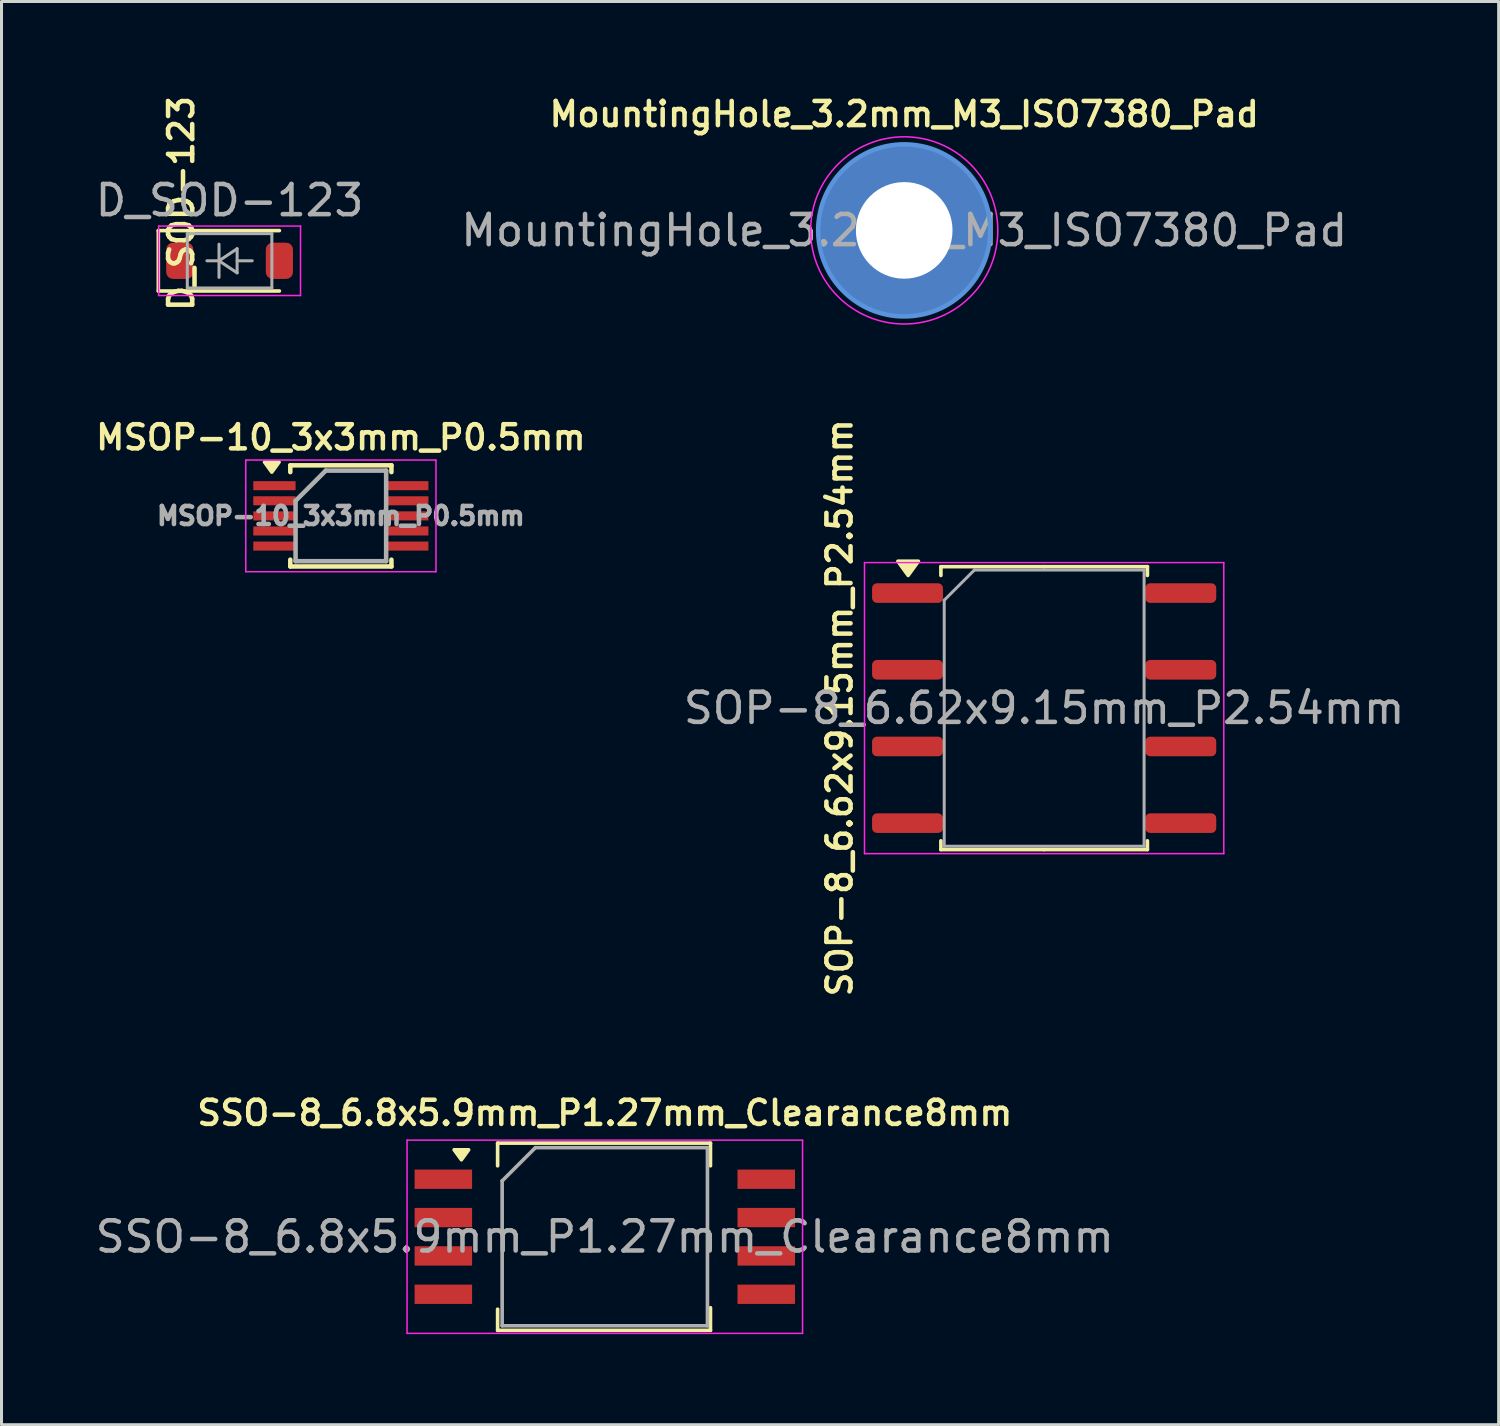
<source format=kicad_pcb>
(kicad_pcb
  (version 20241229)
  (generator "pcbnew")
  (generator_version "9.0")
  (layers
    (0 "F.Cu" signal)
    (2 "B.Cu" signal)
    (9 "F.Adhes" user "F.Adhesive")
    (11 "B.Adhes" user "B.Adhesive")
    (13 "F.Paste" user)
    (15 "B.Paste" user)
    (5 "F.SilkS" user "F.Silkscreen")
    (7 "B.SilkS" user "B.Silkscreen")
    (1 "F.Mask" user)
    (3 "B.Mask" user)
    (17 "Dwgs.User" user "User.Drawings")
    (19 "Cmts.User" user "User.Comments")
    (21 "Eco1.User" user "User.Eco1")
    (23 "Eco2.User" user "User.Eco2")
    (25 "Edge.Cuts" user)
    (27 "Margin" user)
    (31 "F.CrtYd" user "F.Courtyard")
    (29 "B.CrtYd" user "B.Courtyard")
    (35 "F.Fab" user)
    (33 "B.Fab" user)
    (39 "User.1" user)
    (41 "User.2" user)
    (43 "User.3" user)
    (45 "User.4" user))
  (footprint "SSO-8_6.8x5.9mm_P1.27mm_Clearance8mm"
    (layer "F.Cu")
    (at 16.982 37.913)
    (property "Reference" "SSO-8_6.8x5.9mm_P1.27mm_Clearance8mm" (at 0 -4.1 0) (layer "F.SilkS") (effects (font (size 0.8 0.8) (thickness 0.15))))
    (attr smd)
    (fp_line (start -3.55 -2.35) (end -3.55 -3.1) (stroke (width 0.12) (type solid)) (layer "F.SilkS"))
    (fp_line (start -3.55 2.4) (end -3.55 3.1) (stroke (width 0.12) (type solid)) (layer "F.SilkS"))
    (fp_line (start -3.55 3.1) (end 3.5 3.1) (stroke (width 0.12) (type solid)) (layer "F.SilkS"))
    (fp_line (start 3.5 -3.1) (end -3.55 -3.1) (stroke (width 0.12) (type solid)) (layer "F.SilkS"))
    (fp_line (start 3.5 -2.35) (end 3.5 -3.1) (stroke (width 0.12) (type solid)) (layer "F.SilkS"))
    (fp_line (start 3.5 3.1) (end 3.5 2.35) (stroke (width 0.12) (type solid)) (layer "F.SilkS"))
    (fp_poly (pts (xy -4.75 -2.55) (xy -4.99 -2.88) (xy -4.51 -2.88) (xy -4.75 -2.55)) (stroke (width 0.12) (type solid)) (fill yes) (layer "F.SilkS"))
    (fp_line (start -6.55 -3.2) (end -6.55 3.2) (stroke (width 0.05) (type solid)) (layer "F.CrtYd"))
    (fp_line (start -6.55 -3.2) (end 6.55 -3.2) (stroke (width 0.05) (type solid)) (layer "F.CrtYd"))
    (fp_line (start 6.55 3.2) (end -6.55 3.2) (stroke (width 0.05) (type solid)) (layer "F.CrtYd"))
    (fp_line (start 6.55 3.2) (end 6.55 -3.2) (stroke (width 0.05) (type solid)) (layer "F.CrtYd"))
    (fp_line (start -3.4 -1.85) (end -3.4 2.95) (stroke (width 0.12) (type solid)) (layer "F.Fab"))
    (fp_line (start -3.4 2.95) (end 3.4 2.95) (stroke (width 0.12) (type solid)) (layer "F.Fab"))
    (fp_line (start -2.3 -2.95) (end -3.4 -1.85) (stroke (width 0.12) (type solid)) (layer "F.Fab"))
    (fp_line (start 3.4 -2.95) (end -2.3 -2.95) (stroke (width 0.12) (type solid)) (layer "F.Fab"))
    (fp_line (start 3.4 2.95) (end 3.4 -2.95) (stroke (width 0.12) (type solid)) (layer "F.Fab"))
    (fp_text user "${REFERENCE}" (at 0 0 0) (layer "F.Fab") (effects (font (size 1 1) (thickness 0.15))))
    (pad "1" smd rect (at -5.348 -1.905) (size 1.905 0.64) (layers "F.Cu" "F.Mask" "F.Paste"))
    (pad "2" smd rect (at -5.348 -0.635) (size 1.905 0.64) (layers "F.Cu" "F.Mask" "F.Paste"))
    (pad "3" smd rect (at -5.348 0.635) (size 1.905 0.64) (layers "F.Cu" "F.Mask" "F.Paste"))
    (pad "4" smd rect (at -5.348 1.905) (size 1.905 0.64) (layers "F.Cu" "F.Mask" "F.Paste"))
    (pad "5" smd rect (at 5.348 1.905) (size 1.905 0.64) (layers "F.Cu" "F.Mask" "F.Paste"))
    (pad "6" smd rect (at 5.348 0.635) (size 1.905 0.64) (layers "F.Cu" "F.Mask" "F.Paste"))
    (pad "7" smd rect (at 5.348 -0.635) (size 1.905 0.64) (layers "F.Cu" "F.Mask" "F.Paste"))
    (pad "8" smd rect (at 5.348 -1.905) (size 1.905 0.64) (layers "F.Cu" "F.Mask" "F.Paste")))
  (footprint "MSOP-10_3x3mm_P0.5mm"
    (layer "F.Cu")
    (at 8.24 14.037)
    (property "Reference" "MSOP-10_3x3mm_P0.5mm" (at 0 -2.6 0) (layer "F.SilkS") (effects (font (size 0.8 0.8) (thickness 0.15))))
    (attr smd)
    (fp_line (start -1.675 -1.675) (end -1.675 -1.45) (stroke (width 0.15) (type solid)) (layer "F.SilkS"))
    (fp_line (start -1.675 -1.675) (end 1.675 -1.675) (stroke (width 0.15) (type solid)) (layer "F.SilkS"))
    (fp_line (start -1.675 1.45) (end -1.675 1.675) (stroke (width 0.15) (type solid)) (layer "F.SilkS"))
    (fp_line (start -1.675 1.675) (end 1.675 1.675) (stroke (width 0.15) (type solid)) (layer "F.SilkS"))
    (fp_line (start 1.675 -1.675) (end 1.675 -1.45) (stroke (width 0.15) (type solid)) (layer "F.SilkS"))
    (fp_line (start 1.675 1.675) (end 1.675 1.45) (stroke (width 0.15) (type solid)) (layer "F.SilkS"))
    (fp_poly (pts (xy -2.288 -1.45) (xy -2.527 -1.78) (xy -2.047 -1.78) (xy -2.288 -1.45)) (stroke (width 0.12) (type solid)) (fill yes) (layer "F.SilkS"))
    (fp_line (start -3.15 -1.85) (end -3.15 1.85) (stroke (width 0.05) (type solid)) (layer "F.CrtYd"))
    (fp_line (start -3.15 -1.85) (end 3.15 -1.85) (stroke (width 0.05) (type solid)) (layer "F.CrtYd"))
    (fp_line (start -3.15 1.85) (end 3.15 1.85) (stroke (width 0.05) (type solid)) (layer "F.CrtYd"))
    (fp_line (start 3.15 -1.85) (end 3.15 1.85) (stroke (width 0.05) (type solid)) (layer "F.CrtYd"))
    (fp_line (start -1.5 -0.5) (end -0.5 -1.5) (stroke (width 0.15) (type solid)) (layer "F.Fab"))
    (fp_line (start -1.5 1.5) (end -1.5 -0.5) (stroke (width 0.15) (type solid)) (layer "F.Fab"))
    (fp_line (start -0.5 -1.5) (end 1.5 -1.5) (stroke (width 0.15) (type solid)) (layer "F.Fab"))
    (fp_line (start 1.5 -1.5) (end 1.5 1.5) (stroke (width 0.15) (type solid)) (layer "F.Fab"))
    (fp_line (start 1.5 1.5) (end -1.5 1.5) (stroke (width 0.15) (type solid)) (layer "F.Fab"))
    (fp_text user "${REFERENCE}" (at 0 0 0) (layer "F.Fab") (effects (font (size 0.6 0.6) (thickness 0.15))))
    (pad "1" smd rect (at -2.2 -1) (size 1.4 0.3) (layers "F.Cu" "F.Mask" "F.Paste"))
    (pad "2" smd rect (at -2.2 -0.5) (size 1.4 0.3) (layers "F.Cu" "F.Mask" "F.Paste"))
    (pad "3" smd rect (at -2.2 0) (size 1.4 0.3) (layers "F.Cu" "F.Mask" "F.Paste"))
    (pad "4" smd rect (at -2.2 0.5) (size 1.4 0.3) (layers "F.Cu" "F.Mask" "F.Paste"))
    (pad "5" smd rect (at -2.2 1) (size 1.4 0.3) (layers "F.Cu" "F.Mask" "F.Paste"))
    (pad "6" smd rect (at 2.2 1) (size 1.4 0.3) (layers "F.Cu" "F.Mask" "F.Paste"))
    (pad "7" smd rect (at 2.2 0.5) (size 1.4 0.3) (layers "F.Cu" "F.Mask" "F.Paste"))
    (pad "8" smd rect (at 2.2 0) (size 1.4 0.3) (layers "F.Cu" "F.Mask" "F.Paste"))
    (pad "9" smd rect (at 2.2 -0.5) (size 1.4 0.3) (layers "F.Cu" "F.Mask" "F.Paste"))
    (pad "10" smd rect (at 2.2 -1) (size 1.4 0.3) (layers "F.Cu" "F.Mask" "F.Paste")))
  (footprint "SOP-8_6.62x9.15mm_P2.54mm"
    (layer "F.Cu")
    (at 31.534 20.404)
    (property "Reference" "SOP-8_6.62x9.15mm_P2.54mm" (at -6.775 -0.01 90) (layer "F.SilkS") (effects (font (size 0.8 0.8) (thickness 0.15))))
    (attr smd)
    (fp_line (start -3.42 -4.685) (end -3.42 -4.395) (stroke (width 0.12) (type solid)) (layer "F.SilkS"))
    (fp_line (start -3.42 4.685) (end -3.42 4.395) (stroke (width 0.12) (type solid)) (layer "F.SilkS"))
    (fp_line (start 0 -4.685) (end -3.42 -4.685) (stroke (width 0.12) (type solid)) (layer "F.SilkS"))
    (fp_line (start 0 -4.685) (end 3.42 -4.685) (stroke (width 0.12) (type solid)) (layer "F.SilkS"))
    (fp_line (start 0 4.685) (end -3.42 4.685) (stroke (width 0.12) (type solid)) (layer "F.SilkS"))
    (fp_line (start 0 4.685) (end 3.42 4.685) (stroke (width 0.12) (type solid)) (layer "F.SilkS"))
    (fp_line (start 3.42 -4.685) (end 3.42 -4.395) (stroke (width 0.12) (type solid)) (layer "F.SilkS"))
    (fp_line (start 3.42 4.685) (end 3.42 4.395) (stroke (width 0.12) (type solid)) (layer "F.SilkS"))
    (fp_poly (pts (xy -4.505 -4.395) (xy -4.845 -4.865) (xy -4.165 -4.865) (xy -4.505 -4.395)) (stroke (width 0.12) (type solid)) (fill yes) (layer "F.SilkS"))
    (fp_line (start -5.95 -4.82) (end -5.95 4.82) (stroke (width 0.05) (type solid)) (layer "F.CrtYd"))
    (fp_line (start -5.95 4.82) (end 5.95 4.82) (stroke (width 0.05) (type solid)) (layer "F.CrtYd"))
    (fp_line (start 5.95 -4.82) (end -5.95 -4.82) (stroke (width 0.05) (type solid)) (layer "F.CrtYd"))
    (fp_line (start 5.95 4.82) (end 5.95 -4.82) (stroke (width 0.05) (type solid)) (layer "F.CrtYd"))
    (fp_line (start -3.31 -3.575) (end -2.31 -4.575) (stroke (width 0.1) (type solid)) (layer "F.Fab"))
    (fp_line (start -3.31 4.575) (end -3.31 -3.575) (stroke (width 0.1) (type solid)) (layer "F.Fab"))
    (fp_line (start -2.31 -4.575) (end 3.31 -4.575) (stroke (width 0.1) (type solid)) (layer "F.Fab"))
    (fp_line (start 3.31 -4.575) (end 3.31 4.575) (stroke (width 0.1) (type solid)) (layer "F.Fab"))
    (fp_line (start 3.31 4.575) (end -3.31 4.575) (stroke (width 0.1) (type solid)) (layer "F.Fab"))
    (fp_text user "${REFERENCE}" (at 0 0 0) (layer "F.Fab") (effects (font (size 1 1) (thickness 0.15))))
    (pad "1" smd roundrect (at -4.525 -3.81) (size 2.35 0.65) (layers "F.Cu" "F.Mask" "F.Paste") (roundrect_rratio 0.25))
    (pad "2" smd roundrect (at -4.525 -1.27) (size 2.35 0.65) (layers "F.Cu" "F.Mask" "F.Paste") (roundrect_rratio 0.25))
    (pad "3" smd roundrect (at -4.525 1.27) (size 2.35 0.65) (layers "F.Cu" "F.Mask" "F.Paste") (roundrect_rratio 0.25))
    (pad "4" smd roundrect (at -4.525 3.81) (size 2.35 0.65) (layers "F.Cu" "F.Mask" "F.Paste") (roundrect_rratio 0.25))
    (pad "5" smd roundrect (at 4.525 3.81) (size 2.35 0.65) (layers "F.Cu" "F.Mask" "F.Paste") (roundrect_rratio 0.25))
    (pad "6" smd roundrect (at 4.525 1.27) (size 2.35 0.65) (layers "F.Cu" "F.Mask" "F.Paste") (roundrect_rratio 0.25))
    (pad "7" smd roundrect (at 4.525 -1.27) (size 2.35 0.65) (layers "F.Cu" "F.Mask" "F.Paste") (roundrect_rratio 0.25))
    (pad "8" smd roundrect (at 4.525 -3.81) (size 2.35 0.65) (layers "F.Cu" "F.Mask" "F.Paste") (roundrect_rratio 0.25)))
  (footprint "D_SOD-123"
    (layer "F.Cu")
    (at 4.554 5.588)
    (property "Reference" "D_SOD-123" (at -1.6 -1.9 90) (layer "F.SilkS") (effects (font (size 0.8 0.8) (thickness 0.15))))
    (attr smd)
    (fp_line (start -2.36 -1) (end -2.36 1) (stroke (width 0.12) (type solid)) (layer "F.SilkS"))
    (fp_line (start -2.36 -1) (end 1.65 -1) (stroke (width 0.12) (type solid)) (layer "F.SilkS"))
    (fp_line (start -2.36 1) (end 1.65 1) (stroke (width 0.12) (type solid)) (layer "F.SilkS"))
    (fp_line (start -2.35 -1.15) (end -2.35 1.15) (stroke (width 0.05) (type solid)) (layer "F.CrtYd"))
    (fp_line (start -2.35 -1.15) (end 2.35 -1.15) (stroke (width 0.05) (type solid)) (layer "F.CrtYd"))
    (fp_line (start 2.35 -1.15) (end 2.35 1.15) (stroke (width 0.05) (type solid)) (layer "F.CrtYd"))
    (fp_line (start 2.35 1.15) (end -2.35 1.15) (stroke (width 0.05) (type solid)) (layer "F.CrtYd"))
    (fp_line (start -1.4 -0.9) (end 1.4 -0.9) (stroke (width 0.1) (type solid)) (layer "F.Fab"))
    (fp_line (start -1.4 0.9) (end -1.4 -0.9) (stroke (width 0.1) (type solid)) (layer "F.Fab"))
    (fp_line (start -0.75 0) (end -0.35 0) (stroke (width 0.1) (type solid)) (layer "F.Fab"))
    (fp_line (start -0.35 0) (end -0.35 -0.55) (stroke (width 0.1) (type solid)) (layer "F.Fab"))
    (fp_line (start -0.35 0) (end -0.35 0.55) (stroke (width 0.1) (type solid)) (layer "F.Fab"))
    (fp_line (start -0.35 0) (end 0.25 -0.4) (stroke (width 0.1) (type solid)) (layer "F.Fab"))
    (fp_line (start 0.25 -0.4) (end 0.25 0.4) (stroke (width 0.1) (type solid)) (layer "F.Fab"))
    (fp_line (start 0.25 0) (end 0.75 0) (stroke (width 0.1) (type solid)) (layer "F.Fab"))
    (fp_line (start 0.25 0.4) (end -0.35 0) (stroke (width 0.1) (type solid)) (layer "F.Fab"))
    (fp_line (start 1.4 -0.9) (end 1.4 0.9) (stroke (width 0.1) (type solid)) (layer "F.Fab"))
    (fp_line (start 1.4 0.9) (end -1.4 0.9) (stroke (width 0.1) (type solid)) (layer "F.Fab"))
    (fp_text user "${REFERENCE}" (at 0 -2 0) (layer "F.Fab") (effects (font (size 1 1) (thickness 0.15))))
    (pad "1" smd roundrect (at -1.65 0) (size 0.9 1.2) (layers "F.Cu" "F.Mask" "F.Paste") (roundrect_rratio 0.25))
    (pad "2" smd roundrect (at 1.65 0) (size 0.9 1.2) (layers "F.Cu" "F.Mask" "F.Paste") (roundrect_rratio 0.25)))
  (footprint "MountingHole_3.2mm_M3_ISO7380_Pad"
    (layer "F.Cu")
    (at 26.899 4.581)
    (property "Reference" "MountingHole_3.2mm_M3_ISO7380_Pad" (at 0 -3.85 0) (layer "F.SilkS") (effects (font (size 0.8 0.8) (thickness 0.15))))
    (attr exclude_from_pos_files)
    (fp_circle (center 0 0) (end 2.85 0) (stroke (width 0.15) (type solid)) (fill no) (layer "Cmts.User"))
    (fp_circle (center 0 0) (end 3.1 0) (stroke (width 0.05) (type solid)) (fill no) (layer "F.CrtYd"))
    (fp_text user "${REFERENCE}" (at 0 0 0) (layer "F.Fab") (effects (font (size 1 1) (thickness 0.15))))
    (pad "1" thru_hole circle (at 0 0) (size 5.7 5.7) (drill 3.2) (layers "*.Cu" "*.Mask")))
  (gr_rect
    (start -3 -3)
    (end 46.588 44.138)
    (stroke (width 0.1) (type default))
    (fill no)
    (layer "Edge.Cuts")))
</source>
